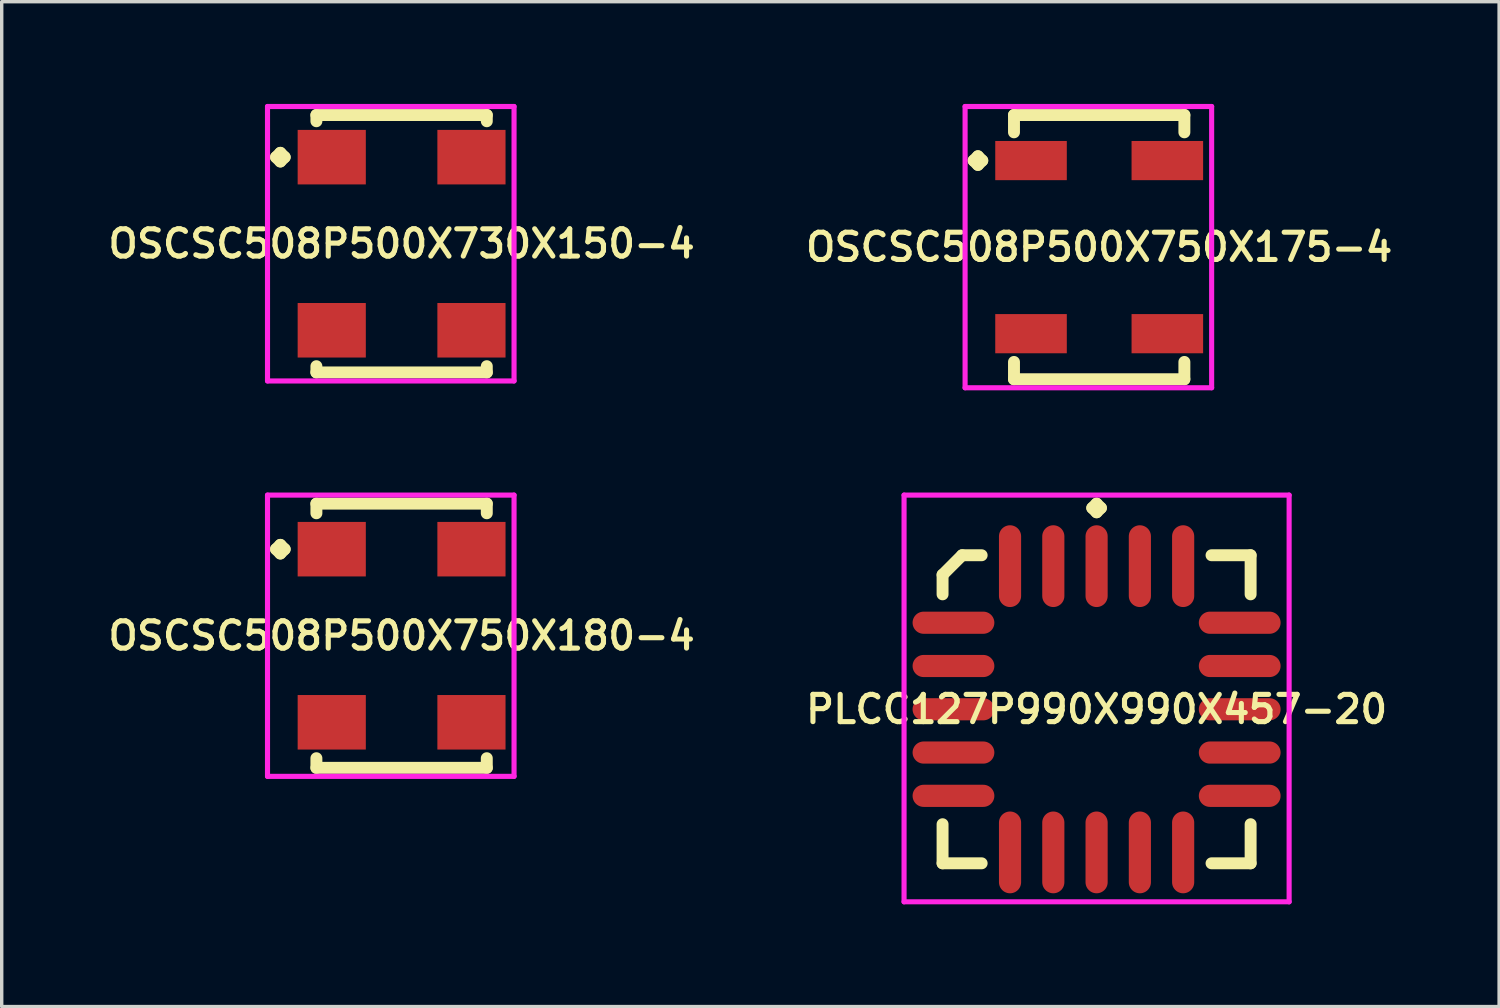
<source format=kicad_pcb>
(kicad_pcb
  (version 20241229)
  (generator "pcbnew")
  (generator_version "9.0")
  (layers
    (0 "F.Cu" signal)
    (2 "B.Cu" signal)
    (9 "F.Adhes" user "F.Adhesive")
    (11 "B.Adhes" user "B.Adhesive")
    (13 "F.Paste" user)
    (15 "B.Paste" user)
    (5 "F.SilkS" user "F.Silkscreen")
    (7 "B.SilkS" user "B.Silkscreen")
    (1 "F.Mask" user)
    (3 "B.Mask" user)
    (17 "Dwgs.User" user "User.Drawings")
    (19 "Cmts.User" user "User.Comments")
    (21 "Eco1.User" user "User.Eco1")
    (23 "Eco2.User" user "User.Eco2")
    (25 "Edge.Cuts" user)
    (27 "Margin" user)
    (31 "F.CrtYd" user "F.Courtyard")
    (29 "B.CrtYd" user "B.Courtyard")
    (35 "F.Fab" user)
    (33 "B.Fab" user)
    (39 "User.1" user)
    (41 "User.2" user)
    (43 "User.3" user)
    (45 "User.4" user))
  (footprint "OSCSC508P500X730X150-4"
    (layer "F.Cu")
    (at 8.735 4.102)
    (property "Reference" "OSCSC508P500X730X150-4" (at 0 0 0) (layer "F.SilkS") (effects (font (size 0.8 0.8) (thickness 0.15))))
    (attr through_hole)
    (fp_line (start -3.685 -2.54) (end -3.558 -2.667) (stroke (width 0.35) (type solid)) (layer "F.SilkS"))
    (fp_line (start -3.558 -2.667) (end -3.431 -2.54) (stroke (width 0.35) (type solid)) (layer "F.SilkS"))
    (fp_line (start -3.558 -2.413) (end -3.685 -2.54) (stroke (width 0.35) (type solid)) (layer "F.SilkS"))
    (fp_line (start -3.431 -2.54) (end -3.558 -2.413) (stroke (width 0.35) (type solid)) (layer "F.SilkS"))
    (fp_line (start -2.5 -3.777) (end 2.5 -3.777) (stroke (width 0.35) (type solid)) (layer "F.SilkS"))
    (fp_line (start -2.5 -3.594) (end -2.5 -3.777) (stroke (width 0.35) (type solid)) (layer "F.SilkS"))
    (fp_line (start -2.5 3.594) (end -2.5 3.777) (stroke (width 0.35) (type solid)) (layer "F.SilkS"))
    (fp_line (start -2.5 3.777) (end 2.5 3.777) (stroke (width 0.35) (type solid)) (layer "F.SilkS"))
    (fp_line (start 2.5 -3.777) (end 2.5 -3.594) (stroke (width 0.35) (type solid)) (layer "F.SilkS"))
    (fp_line (start 2.5 3.777) (end 2.5 3.594) (stroke (width 0.35) (type solid)) (layer "F.SilkS"))
    (fp_line (start -3.935 -4.027) (end 3.3 -4.027) (stroke (width 0.15) (type solid)) (layer "F.CrtYd"))
    (fp_line (start -3.935 4.027) (end -3.935 -4.027) (stroke (width 0.15) (type solid)) (layer "F.CrtYd"))
    (fp_line (start 3.3 -4.027) (end 3.3 4.027) (stroke (width 0.15) (type solid)) (layer "F.CrtYd"))
    (fp_line (start 3.3 4.027) (end -3.935 4.027) (stroke (width 0.15) (type solid)) (layer "F.CrtYd"))
    (pad "1" smd rect (at -2.05 -2.54) (size 2 1.6) (layers "F.Cu" "F.Mask" "F.Paste"))
    (pad "2" smd rect (at -2.05 2.54) (size 2 1.6) (layers "F.Cu" "F.Mask" "F.Paste"))
    (pad "3" smd rect (at 2.05 2.54) (size 2 1.6) (layers "F.Cu" "F.Mask" "F.Paste"))
    (pad "4" smd rect (at 2.05 -2.54) (size 2 1.6) (layers "F.Cu" "F.Mask" "F.Paste")))
  (footprint "OSCSC508P500X750X175-4"
    (layer "F.Cu")
    (at 29.206 4.202)
    (property "Reference" "OSCSC508P500X750X175-4" (at 0 0 0) (layer "F.SilkS") (effects (font (size 0.8 0.8) (thickness 0.15))))
    (attr smd)
    (fp_line (start -3.685 -2.54) (end -3.558 -2.667) (stroke (width 0.35) (type solid)) (layer "F.SilkS"))
    (fp_line (start -3.558 -2.667) (end -3.431 -2.54) (stroke (width 0.35) (type solid)) (layer "F.SilkS"))
    (fp_line (start -3.558 -2.413) (end -3.685 -2.54) (stroke (width 0.35) (type solid)) (layer "F.SilkS"))
    (fp_line (start -3.431 -2.54) (end -3.558 -2.413) (stroke (width 0.35) (type solid)) (layer "F.SilkS"))
    (fp_line (start -2.5 -3.877) (end 2.5 -3.877) (stroke (width 0.35) (type solid)) (layer "F.SilkS"))
    (fp_line (start -2.5 -3.369) (end -2.5 -3.877) (stroke (width 0.35) (type solid)) (layer "F.SilkS"))
    (fp_line (start -2.5 3.369) (end -2.5 3.877) (stroke (width 0.35) (type solid)) (layer "F.SilkS"))
    (fp_line (start -2.5 3.877) (end 2.5 3.877) (stroke (width 0.35) (type solid)) (layer "F.SilkS"))
    (fp_line (start 2.5 -3.877) (end 2.5 -3.369) (stroke (width 0.35) (type solid)) (layer "F.SilkS"))
    (fp_line (start 2.5 3.877) (end 2.5 3.369) (stroke (width 0.35) (type solid)) (layer "F.SilkS"))
    (fp_line (start -3.935 -4.127) (end 3.3 -4.127) (stroke (width 0.15) (type solid)) (layer "F.CrtYd"))
    (fp_line (start -3.935 4.127) (end -3.935 -4.127) (stroke (width 0.15) (type solid)) (layer "F.CrtYd"))
    (fp_line (start 3.3 -4.127) (end 3.3 4.127) (stroke (width 0.15) (type solid)) (layer "F.CrtYd"))
    (fp_line (start 3.3 4.127) (end -3.935 4.127) (stroke (width 0.15) (type solid)) (layer "F.CrtYd"))
    (pad "1" smd rect (at -2 -2.54) (size 2.1 1.15) (layers "F.Cu" "F.Mask" "F.Paste"))
    (pad "2" smd rect (at -2 2.54) (size 2.1 1.15) (layers "F.Cu" "F.Mask" "F.Paste"))
    (pad "3" smd rect (at 2 2.54) (size 2.1 1.15) (layers "F.Cu" "F.Mask" "F.Paste"))
    (pad "4" smd rect (at 2 -2.54) (size 2.1 1.15) (layers "F.Cu" "F.Mask" "F.Paste")))
  (footprint "PLCC127P990X990X457-20"
    (layer "F.Cu")
    (at 29.13 17.764)
    (property "Reference" "PLCC127P990X990X457-20" (at 0 0 0) (layer "F.SilkS") (effects (font (size 0.8 0.8) (thickness 0.15))))
    (attr through_hole)
    (fp_line (start -4.52 -3.946) (end -3.946 -4.52) (stroke (width 0.35) (type solid)) (layer "F.SilkS"))
    (fp_line (start -4.52 -3.373) (end -4.52 -3.946) (stroke (width 0.35) (type solid)) (layer "F.SilkS"))
    (fp_line (start -4.52 3.373) (end -4.52 4.52) (stroke (width 0.35) (type solid)) (layer "F.SilkS"))
    (fp_line (start -4.52 4.52) (end -3.373 4.52) (stroke (width 0.35) (type solid)) (layer "F.SilkS"))
    (fp_line (start -3.946 -4.52) (end -3.373 -4.52) (stroke (width 0.35) (type solid)) (layer "F.SilkS"))
    (fp_line (start -0.127 -5.908) (end 0 -6.035) (stroke (width 0.35) (type solid)) (layer "F.SilkS"))
    (fp_line (start 0 -6.035) (end 0.127 -5.908) (stroke (width 0.35) (type solid)) (layer "F.SilkS"))
    (fp_line (start 0 -5.781) (end -0.127 -5.908) (stroke (width 0.35) (type solid)) (layer "F.SilkS"))
    (fp_line (start 0.127 -5.908) (end 0 -5.781) (stroke (width 0.35) (type solid)) (layer "F.SilkS"))
    (fp_line (start 4.52 -4.52) (end 3.373 -4.52) (stroke (width 0.35) (type solid)) (layer "F.SilkS"))
    (fp_line (start 4.52 -3.373) (end 4.52 -4.52) (stroke (width 0.35) (type solid)) (layer "F.SilkS"))
    (fp_line (start 4.52 3.373) (end 4.52 4.52) (stroke (width 0.35) (type solid)) (layer "F.SilkS"))
    (fp_line (start 4.52 4.52) (end 3.373 4.52) (stroke (width 0.35) (type solid)) (layer "F.SilkS"))
    (fp_line (start -5.65 -6.285) (end 5.65 -6.285) (stroke (width 0.15) (type solid)) (layer "F.CrtYd"))
    (fp_line (start -5.65 5.65) (end -5.65 -6.285) (stroke (width 0.15) (type solid)) (layer "F.CrtYd"))
    (fp_line (start 5.65 -6.285) (end 5.65 5.65) (stroke (width 0.15) (type solid)) (layer "F.CrtYd"))
    (fp_line (start 5.65 5.65) (end -5.65 5.65) (stroke (width 0.15) (type solid)) (layer "F.CrtYd"))
    (pad "1" smd oval (at 0 -4.2) (size 0.65 2.4) (layers "F.Cu" "F.Mask" "F.Paste"))
    (pad "2" smd oval (at -1.27 -4.2) (size 0.65 2.4) (layers "F.Cu" "F.Mask" "F.Paste"))
    (pad "3" smd oval (at -2.54 -4.2) (size 0.65 2.4) (layers "F.Cu" "F.Mask" "F.Paste"))
    (pad "4" smd oval (at -4.2 -2.54) (size 2.4 0.65) (layers "F.Cu" "F.Mask" "F.Paste"))
    (pad "5" smd oval (at -4.2 -1.27) (size 2.4 0.65) (layers "F.Cu" "F.Mask" "F.Paste"))
    (pad "6" smd oval (at -4.2 0) (size 2.4 0.65) (layers "F.Cu" "F.Mask" "F.Paste"))
    (pad "7" smd oval (at -4.2 1.27) (size 2.4 0.65) (layers "F.Cu" "F.Mask" "F.Paste"))
    (pad "8" smd oval (at -4.2 2.54) (size 2.4 0.65) (layers "F.Cu" "F.Mask" "F.Paste"))
    (pad "9" smd oval (at -2.54 4.2) (size 0.65 2.4) (layers "F.Cu" "F.Mask" "F.Paste"))
    (pad "10" smd oval (at -1.27 4.2) (size 0.65 2.4) (layers "F.Cu" "F.Mask" "F.Paste"))
    (pad "11" smd oval (at 0 4.2) (size 0.65 2.4) (layers "F.Cu" "F.Mask" "F.Paste"))
    (pad "12" smd oval (at 1.27 4.2) (size 0.65 2.4) (layers "F.Cu" "F.Mask" "F.Paste"))
    (pad "13" smd oval (at 2.54 4.2) (size 0.65 2.4) (layers "F.Cu" "F.Mask" "F.Paste"))
    (pad "14" smd oval (at 4.2 2.54) (size 2.4 0.65) (layers "F.Cu" "F.Mask" "F.Paste"))
    (pad "15" smd oval (at 4.2 1.27) (size 2.4 0.65) (layers "F.Cu" "F.Mask" "F.Paste"))
    (pad "16" smd oval (at 4.2 0) (size 2.4 0.65) (layers "F.Cu" "F.Mask" "F.Paste"))
    (pad "17" smd oval (at 4.2 -1.27) (size 2.4 0.65) (layers "F.Cu" "F.Mask" "F.Paste"))
    (pad "18" smd oval (at 4.2 -2.54) (size 2.4 0.65) (layers "F.Cu" "F.Mask" "F.Paste"))
    (pad "19" smd oval (at 2.54 -4.2) (size 0.65 2.4) (layers "F.Cu" "F.Mask" "F.Paste"))
    (pad "20" smd oval (at 1.27 -4.2) (size 0.65 2.4) (layers "F.Cu" "F.Mask" "F.Paste")))
  (footprint "OSCSC508P500X750X180-4"
    (layer "F.Cu")
    (at 8.735 15.606)
    (property "Reference" "OSCSC508P500X750X180-4" (at 0 0 0) (layer "F.SilkS") (effects (font (size 0.8 0.8) (thickness 0.15))))
    (attr smd)
    (fp_line (start -3.685 -2.54) (end -3.558 -2.667) (stroke (width 0.35) (type solid)) (layer "F.SilkS"))
    (fp_line (start -3.558 -2.667) (end -3.431 -2.54) (stroke (width 0.35) (type solid)) (layer "F.SilkS"))
    (fp_line (start -3.558 -2.413) (end -3.685 -2.54) (stroke (width 0.35) (type solid)) (layer "F.SilkS"))
    (fp_line (start -3.431 -2.54) (end -3.558 -2.413) (stroke (width 0.35) (type solid)) (layer "F.SilkS"))
    (fp_line (start -2.5 -3.877) (end 2.5 -3.877) (stroke (width 0.35) (type solid)) (layer "F.SilkS"))
    (fp_line (start -2.5 -3.594) (end -2.5 -3.877) (stroke (width 0.35) (type solid)) (layer "F.SilkS"))
    (fp_line (start -2.5 3.594) (end -2.5 3.877) (stroke (width 0.35) (type solid)) (layer "F.SilkS"))
    (fp_line (start -2.5 3.877) (end 2.5 3.877) (stroke (width 0.35) (type solid)) (layer "F.SilkS"))
    (fp_line (start 2.5 -3.877) (end 2.5 -3.594) (stroke (width 0.35) (type solid)) (layer "F.SilkS"))
    (fp_line (start 2.5 3.877) (end 2.5 3.594) (stroke (width 0.35) (type solid)) (layer "F.SilkS"))
    (fp_line (start -3.935 -4.127) (end 3.3 -4.127) (stroke (width 0.15) (type solid)) (layer "F.CrtYd"))
    (fp_line (start -3.935 4.127) (end -3.935 -4.127) (stroke (width 0.15) (type solid)) (layer "F.CrtYd"))
    (fp_line (start 3.3 -4.127) (end 3.3 4.127) (stroke (width 0.15) (type solid)) (layer "F.CrtYd"))
    (fp_line (start 3.3 4.127) (end -3.935 4.127) (stroke (width 0.15) (type solid)) (layer "F.CrtYd"))
    (pad "1" smd rect (at -2.05 -2.54) (size 2 1.6) (layers "F.Cu" "F.Mask" "F.Paste"))
    (pad "2" smd rect (at -2.05 2.54) (size 2 1.6) (layers "F.Cu" "F.Mask" "F.Paste"))
    (pad "3" smd rect (at 2.05 2.54) (size 2 1.6) (layers "F.Cu" "F.Mask" "F.Paste"))
    (pad "4" smd rect (at 2.05 -2.54) (size 2 1.6) (layers "F.Cu" "F.Mask" "F.Paste")))
  (gr_rect
    (start -3 -3)
    (end 40.942 26.489)
    (stroke (width 0.1) (type default))
    (fill no)
    (layer "Edge.Cuts")))
</source>
